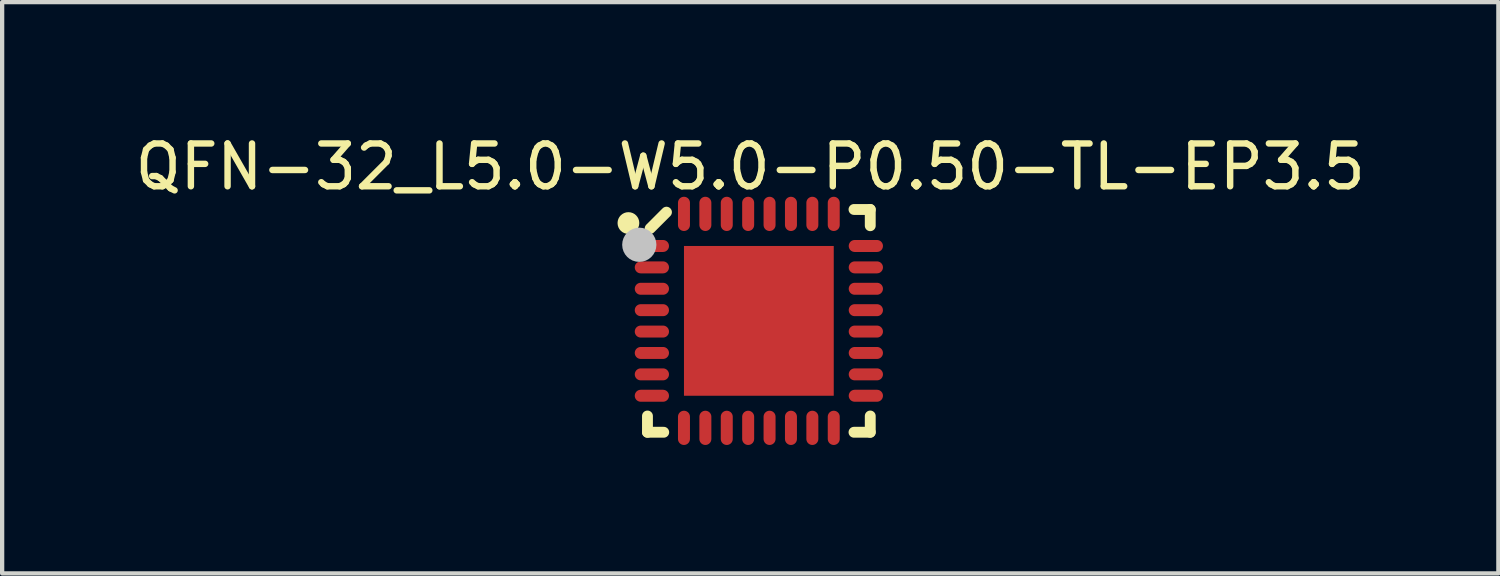
<source format=kicad_pcb>
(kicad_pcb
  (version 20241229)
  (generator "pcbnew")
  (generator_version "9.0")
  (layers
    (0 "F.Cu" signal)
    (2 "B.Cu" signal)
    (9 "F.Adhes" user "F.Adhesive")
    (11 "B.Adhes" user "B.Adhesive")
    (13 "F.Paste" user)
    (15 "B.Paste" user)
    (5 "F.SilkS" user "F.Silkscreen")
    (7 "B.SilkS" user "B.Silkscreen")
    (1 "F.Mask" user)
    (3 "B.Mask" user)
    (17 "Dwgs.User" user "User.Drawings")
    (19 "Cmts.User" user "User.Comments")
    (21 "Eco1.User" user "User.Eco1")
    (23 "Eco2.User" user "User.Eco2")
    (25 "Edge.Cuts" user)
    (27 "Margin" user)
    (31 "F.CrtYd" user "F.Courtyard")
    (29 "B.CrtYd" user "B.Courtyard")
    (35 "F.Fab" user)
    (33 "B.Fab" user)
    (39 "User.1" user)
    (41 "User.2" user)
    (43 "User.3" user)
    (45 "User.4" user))
  (footprint "QFN-32_L5.0-W5.0-P0.50-TL-EP3.5"
    (layer "F.Cu")
    (at 14.683 4.448)
    (property "Reference" "QFN-32_L5.0-W5.0-P0.50-TL-EP3.5" (at -0.201 -3.6 0) (layer "F.SilkS") (effects (font (size 1 1) (thickness 0.15))))
    (fp_line (start -2.603 2.223) (end -2.603 2.603) (stroke (width 0.254) (type default)) (layer "F.SilkS"))
    (fp_line (start -2.603 2.603) (end -2.223 2.603) (stroke (width 0.254) (type default)) (layer "F.SilkS"))
    (fp_line (start -2.159 -2.54) (end -2.54 -2.159) (stroke (width 0.254) (type default)) (layer "F.SilkS"))
    (fp_line (start 2.223 2.603) (end 2.603 2.603) (stroke (width 0.254) (type default)) (layer "F.SilkS"))
    (fp_line (start 2.603 -2.603) (end 2.223 -2.603) (stroke (width 0.254) (type default)) (layer "F.SilkS"))
    (fp_line (start 2.603 -2.223) (end 2.603 -2.603) (stroke (width 0.254) (type default)) (layer "F.SilkS"))
    (fp_line (start 2.603 2.603) (end 2.603 2.223) (stroke (width 0.254) (type default)) (layer "F.SilkS"))
    (fp_circle (center -3.048 -2.286) (end -2.921 -2.286) (stroke (width 0.254) (type default)) (fill no) (layer "F.SilkS"))
    (fp_poly (pts (xy -1.4 -1.4) (xy 1.4 -1.4) (xy 1.4 1.4) (xy -1.4 1.4)) (stroke (width 0) (type default)) (fill yes) (layer "F.Paste"))
    (fp_poly (pts (arc (start -2.76 -1.61) (mid -2.898014 -1.75) (end -2.76 -1.89)) (arc (start -2.24 -1.89) (mid -2.101986 -1.75) (end -2.24 -1.61))) (stroke (width 0) (type default)) (fill yes) (layer "F.Paste"))
    (fp_poly (pts (arc (start -2.76 -1.11) (mid -2.898014 -1.25) (end -2.76 -1.39)) (arc (start -2.24 -1.39) (mid -2.101986 -1.25) (end -2.24 -1.11))) (stroke (width 0) (type default)) (fill yes) (layer "F.Paste"))
    (fp_poly (pts (arc (start -2.76 -0.61) (mid -2.898014 -0.75) (end -2.76 -0.89)) (arc (start -2.24 -0.89) (mid -2.101986 -0.75) (end -2.24 -0.61))) (stroke (width 0) (type default)) (fill yes) (layer "F.Paste"))
    (fp_poly (pts (arc (start -2.76 -0.11) (mid -2.9 -0.25) (end -2.76 -0.39)) (arc (start -2.24 -0.39) (mid -2.1 -0.25) (end -2.24 -0.11))) (stroke (width 0) (type default)) (fill yes) (layer "F.Paste"))
    (fp_poly (pts (arc (start -2.76 0.39) (mid -2.9 0.25) (end -2.76 0.11)) (arc (start -2.24 0.11) (mid -2.1 0.25) (end -2.24 0.39))) (stroke (width 0) (type default)) (fill yes) (layer "F.Paste"))
    (fp_poly (pts (arc (start -2.76 0.89) (mid -2.9 0.75) (end -2.76 0.61)) (arc (start -2.24 0.61) (mid -2.1 0.75) (end -2.24 0.89))) (stroke (width 0) (type default)) (fill yes) (layer "F.Paste"))
    (fp_poly (pts (arc (start -2.76 1.39) (mid -2.9 1.25) (end -2.76 1.11)) (arc (start -2.24 1.11) (mid -2.1 1.25) (end -2.24 1.39))) (stroke (width 0) (type default)) (fill yes) (layer "F.Paste"))
    (fp_poly (pts (arc (start -2.76 1.89) (mid -2.898014 1.75) (end -2.76 1.61)) (arc (start -2.24 1.61) (mid -2.101986 1.75) (end -2.24 1.89))) (stroke (width 0) (type default)) (fill yes) (layer "F.Paste"))
    (fp_poly (pts (arc (start -1.89 -2.76) (mid -1.75 -2.9) (end -1.61 -2.76)) (arc (start -1.61 -2.24) (mid -1.75 -2.1) (end -1.89 -2.24))) (stroke (width 0) (type default)) (fill yes) (layer "F.Paste"))
    (fp_poly (pts (arc (start -1.89 2.24) (mid -1.75 2.1) (end -1.61 2.24)) (arc (start -1.61 2.76) (mid -1.75 2.9) (end -1.89 2.76))) (stroke (width 0) (type default)) (fill yes) (layer "F.Paste"))
    (fp_poly (pts (arc (start -1.39 -2.76) (mid -1.25 -2.9) (end -1.11 -2.76)) (arc (start -1.11 -2.24) (mid -1.25 -2.1) (end -1.39 -2.24))) (stroke (width 0) (type default)) (fill yes) (layer "F.Paste"))
    (fp_poly (pts (arc (start -1.39 2.24) (mid -1.25 2.1) (end -1.11 2.24)) (arc (start -1.11 2.76) (mid -1.25 2.9) (end -1.39 2.76))) (stroke (width 0) (type default)) (fill yes) (layer "F.Paste"))
    (fp_poly (pts (arc (start -0.89 -2.76) (mid -0.75 -2.9) (end -0.61 -2.76)) (arc (start -0.61 -2.24) (mid -0.75 -2.1) (end -0.89 -2.24))) (stroke (width 0) (type default)) (fill yes) (layer "F.Paste"))
    (fp_poly (pts (arc (start -0.89 2.24) (mid -0.75 2.1) (end -0.61 2.24)) (arc (start -0.61 2.76) (mid -0.75 2.9) (end -0.89 2.76))) (stroke (width 0) (type default)) (fill yes) (layer "F.Paste"))
    (fp_poly (pts (arc (start -0.39 -2.76) (mid -0.25 -2.9) (end -0.11 -2.76)) (arc (start -0.11 -2.24) (mid -0.25 -2.1) (end -0.39 -2.24))) (stroke (width 0) (type default)) (fill yes) (layer "F.Paste"))
    (fp_poly (pts (arc (start -0.39 2.24) (mid -0.25 2.1) (end -0.11 2.24)) (arc (start -0.11 2.76) (mid -0.25 2.9) (end -0.39 2.76))) (stroke (width 0) (type default)) (fill yes) (layer "F.Paste"))
    (fp_poly (pts (arc (start 0.11 -2.76) (mid 0.25 -2.9) (end 0.39 -2.76)) (arc (start 0.39 -2.24) (mid 0.25 -2.1) (end 0.11 -2.24))) (stroke (width 0) (type default)) (fill yes) (layer "F.Paste"))
    (fp_poly (pts (arc (start 0.11 2.24) (mid 0.25 2.1) (end 0.39 2.24)) (arc (start 0.39 2.76) (mid 0.25 2.9) (end 0.11 2.76))) (stroke (width 0) (type default)) (fill yes) (layer "F.Paste"))
    (fp_poly (pts (arc (start 0.61 -2.76) (mid 0.75 -2.9) (end 0.89 -2.76)) (arc (start 0.89 -2.24) (mid 0.75 -2.1) (end 0.61 -2.24))) (stroke (width 0) (type default)) (fill yes) (layer "F.Paste"))
    (fp_poly (pts (arc (start 0.61 2.24) (mid 0.75 2.1) (end 0.89 2.24)) (arc (start 0.89 2.76) (mid 0.75 2.9) (end 0.61 2.76))) (stroke (width 0) (type default)) (fill yes) (layer "F.Paste"))
    (fp_poly (pts (arc (start 1.11 -2.76) (mid 1.25 -2.9) (end 1.39 -2.76)) (arc (start 1.39 -2.24) (mid 1.25 -2.1) (end 1.11 -2.24))) (stroke (width 0) (type default)) (fill yes) (layer "F.Paste"))
    (fp_poly (pts (arc (start 1.11 2.24) (mid 1.25 2.1) (end 1.39 2.24)) (arc (start 1.39 2.76) (mid 1.25 2.9) (end 1.11 2.76))) (stroke (width 0) (type default)) (fill yes) (layer "F.Paste"))
    (fp_poly (pts (arc (start 1.61 -2.76) (mid 1.75 -2.9) (end 1.89 -2.76)) (arc (start 1.89 -2.24) (mid 1.75 -2.1) (end 1.61 -2.24))) (stroke (width 0) (type default)) (fill yes) (layer "F.Paste"))
    (fp_poly (pts (arc (start 1.61 2.24) (mid 1.75 2.1) (end 1.89 2.24)) (arc (start 1.89 2.76) (mid 1.75 2.9) (end 1.61 2.76))) (stroke (width 0) (type default)) (fill yes) (layer "F.Paste"))
    (fp_poly (pts (arc (start 2.24 -1.61) (mid 2.101986 -1.75) (end 2.24 -1.89)) (arc (start 2.76 -1.89) (mid 2.898014 -1.75) (end 2.76 -1.61))) (stroke (width 0) (type default)) (fill yes) (layer "F.Paste"))
    (fp_poly (pts (arc (start 2.24 -1.11) (mid 2.101986 -1.25) (end 2.24 -1.39)) (arc (start 2.76 -1.39) (mid 2.898014 -1.25) (end 2.76 -1.11))) (stroke (width 0) (type default)) (fill yes) (layer "F.Paste"))
    (fp_poly (pts (arc (start 2.24 -0.61) (mid 2.101986 -0.75) (end 2.24 -0.89)) (arc (start 2.76 -0.89) (mid 2.898014 -0.75) (end 2.76 -0.61))) (stroke (width 0) (type default)) (fill yes) (layer "F.Paste"))
    (fp_poly (pts (arc (start 2.24 -0.11) (mid 2.1 -0.25) (end 2.24 -0.39)) (arc (start 2.76 -0.39) (mid 2.9 -0.25) (end 2.76 -0.11))) (stroke (width 0) (type default)) (fill yes) (layer "F.Paste"))
    (fp_poly (pts (arc (start 2.24 0.39) (mid 2.1 0.25) (end 2.24 0.11)) (arc (start 2.76 0.11) (mid 2.9 0.25) (end 2.76 0.39))) (stroke (width 0) (type default)) (fill yes) (layer "F.Paste"))
    (fp_poly (pts (arc (start 2.24 0.89) (mid 2.1 0.75) (end 2.24 0.61)) (arc (start 2.76 0.61) (mid 2.9 0.75) (end 2.76 0.89))) (stroke (width 0) (type default)) (fill yes) (layer "F.Paste"))
    (fp_poly (pts (arc (start 2.24 1.39) (mid 2.1 1.25) (end 2.24 1.11)) (arc (start 2.76 1.11) (mid 2.9 1.25) (end 2.76 1.39))) (stroke (width 0) (type default)) (fill yes) (layer "F.Paste"))
    (fp_poly (pts (arc (start 2.24 1.89) (mid 2.101986 1.75) (end 2.24 1.61)) (arc (start 2.76 1.61) (mid 2.898014 1.75) (end 2.76 1.89))) (stroke (width 0) (type default)) (fill yes) (layer "F.Paste"))
    (fp_circle (center -2.794 -1.778) (end -2.594 -1.778) (stroke (width 0.4) (type default)) (fill no) (layer "Dwgs.User"))
    (fp_poly (pts (xy -2.5 -1.625) (xy -2.5 -1.875) (xy -2.1 -1.875) (xy -2.1 -1.625)) (stroke (width 0.1) (type default)) (fill no) (layer "User.1"))
    (fp_poly (pts (xy -2.5 -1.125) (xy -2.5 -1.375) (xy -2.1 -1.375) (xy -2.1 -1.125)) (stroke (width 0.1) (type default)) (fill no) (layer "User.1"))
    (fp_poly (pts (xy -2.5 -0.625) (xy -2.5 -0.875) (xy -2.1 -0.875) (xy -2.1 -0.625)) (stroke (width 0.1) (type default)) (fill no) (layer "User.1"))
    (fp_poly (pts (xy -2.5 -0.125) (xy -2.5 -0.375) (xy -2.1 -0.375) (xy -2.1 -0.125)) (stroke (width 0.1) (type default)) (fill no) (layer "User.1"))
    (fp_poly (pts (xy -2.5 0.375) (xy -2.5 0.125) (xy -2.1 0.125) (xy -2.1 0.375)) (stroke (width 0.1) (type default)) (fill no) (layer "User.1"))
    (fp_poly (pts (xy -2.5 0.875) (xy -2.5 0.625) (xy -2.1 0.625) (xy -2.1 0.875)) (stroke (width 0.1) (type default)) (fill no) (layer "User.1"))
    (fp_poly (pts (xy -2.5 1.375) (xy -2.5 1.125) (xy -2.1 1.125) (xy -2.1 1.375)) (stroke (width 0.1) (type default)) (fill no) (layer "User.1"))
    (fp_poly (pts (xy -2.5 1.875) (xy -2.5 1.625) (xy -2.1 1.625) (xy -2.1 1.875)) (stroke (width 0.1) (type default)) (fill no) (layer "User.1"))
    (fp_poly (pts (xy -1.875 -2.1) (xy -1.875 -2.5) (xy -1.625 -2.5) (xy -1.625 -2.1)) (stroke (width 0.1) (type default)) (fill no) (layer "User.1"))
    (fp_poly (pts (xy -1.875 2.5) (xy -1.875 2.1) (xy -1.625 2.1) (xy -1.625 2.5)) (stroke (width 0.1) (type default)) (fill no) (layer "User.1"))
    (fp_poly (pts (xy -1.75 -1.75) (xy 1.75 -1.75) (xy 1.75 1.75) (xy -1.75 1.75)) (stroke (width 0.1) (type default)) (fill no) (layer "User.1"))
    (fp_poly (pts (xy -1.375 -2.1) (xy -1.375 -2.5) (xy -1.125 -2.5) (xy -1.125 -2.1)) (stroke (width 0.1) (type default)) (fill no) (layer "User.1"))
    (fp_poly (pts (xy -1.375 2.5) (xy -1.375 2.1) (xy -1.125 2.1) (xy -1.125 2.5)) (stroke (width 0.1) (type default)) (fill no) (layer "User.1"))
    (fp_poly (pts (xy -0.875 -2.1) (xy -0.875 -2.5) (xy -0.625 -2.5) (xy -0.625 -2.1)) (stroke (width 0.1) (type default)) (fill no) (layer "User.1"))
    (fp_poly (pts (xy -0.875 2.5) (xy -0.875 2.1) (xy -0.625 2.1) (xy -0.625 2.5)) (stroke (width 0.1) (type default)) (fill no) (layer "User.1"))
    (fp_poly (pts (xy -0.375 -2.1) (xy -0.375 -2.5) (xy -0.125 -2.5) (xy -0.125 -2.1)) (stroke (width 0.1) (type default)) (fill no) (layer "User.1"))
    (fp_poly (pts (xy -0.375 2.5) (xy -0.375 2.1) (xy -0.125 2.1) (xy -0.125 2.5)) (stroke (width 0.1) (type default)) (fill no) (layer "User.1"))
    (fp_poly (pts (xy 0.125 -2.1) (xy 0.125 -2.5) (xy 0.375 -2.5) (xy 0.375 -2.1)) (stroke (width 0.1) (type default)) (fill no) (layer "User.1"))
    (fp_poly (pts (xy 0.125 2.5) (xy 0.125 2.1) (xy 0.375 2.1) (xy 0.375 2.5)) (stroke (width 0.1) (type default)) (fill no) (layer "User.1"))
    (fp_poly (pts (xy 0.625 -2.1) (xy 0.625 -2.5) (xy 0.875 -2.5) (xy 0.875 -2.1)) (stroke (width 0.1) (type default)) (fill no) (layer "User.1"))
    (fp_poly (pts (xy 0.625 2.5) (xy 0.625 2.1) (xy 0.875 2.1) (xy 0.875 2.5)) (stroke (width 0.1) (type default)) (fill no) (layer "User.1"))
    (fp_poly (pts (xy 1.125 -2.1) (xy 1.125 -2.5) (xy 1.375 -2.5) (xy 1.375 -2.1)) (stroke (width 0.1) (type default)) (fill no) (layer "User.1"))
    (fp_poly (pts (xy 1.125 2.5) (xy 1.125 2.1) (xy 1.375 2.1) (xy 1.375 2.5)) (stroke (width 0.1) (type default)) (fill no) (layer "User.1"))
    (fp_poly (pts (xy 1.625 -2.1) (xy 1.625 -2.5) (xy 1.875 -2.5) (xy 1.875 -2.1)) (stroke (width 0.1) (type default)) (fill no) (layer "User.1"))
    (fp_poly (pts (xy 1.625 2.5) (xy 1.625 2.1) (xy 1.875 2.1) (xy 1.875 2.5)) (stroke (width 0.1) (type default)) (fill no) (layer "User.1"))
    (fp_poly (pts (xy 2.1 -1.625) (xy 2.1 -1.875) (xy 2.5 -1.875) (xy 2.5 -1.625)) (stroke (width 0.1) (type default)) (fill no) (layer "User.1"))
    (fp_poly (pts (xy 2.1 -1.125) (xy 2.1 -1.375) (xy 2.5 -1.375) (xy 2.5 -1.125)) (stroke (width 0.1) (type default)) (fill no) (layer "User.1"))
    (fp_poly (pts (xy 2.1 -0.625) (xy 2.1 -0.875) (xy 2.5 -0.875) (xy 2.5 -0.625)) (stroke (width 0.1) (type default)) (fill no) (layer "User.1"))
    (fp_poly (pts (xy 2.1 -0.125) (xy 2.1 -0.375) (xy 2.5 -0.375) (xy 2.5 -0.125)) (stroke (width 0.1) (type default)) (fill no) (layer "User.1"))
    (fp_poly (pts (xy 2.1 0.375) (xy 2.1 0.125) (xy 2.5 0.125) (xy 2.5 0.375)) (stroke (width 0.1) (type default)) (fill no) (layer "User.1"))
    (fp_poly (pts (xy 2.1 0.875) (xy 2.1 0.625) (xy 2.5 0.625) (xy 2.5 0.875)) (stroke (width 0.1) (type default)) (fill no) (layer "User.1"))
    (fp_poly (pts (xy 2.1 1.375) (xy 2.1 1.125) (xy 2.5 1.125) (xy 2.5 1.375)) (stroke (width 0.1) (type default)) (fill no) (layer "User.1"))
    (fp_poly (pts (xy 2.1 1.875) (xy 2.1 1.625) (xy 2.5 1.625) (xy 2.5 1.875)) (stroke (width 0.1) (type default)) (fill no) (layer "User.1"))
    (fp_line (start -2.5 -2.5) (end 2.5 -2.5) (stroke (width 0.051) (type default)) (layer "User.2"))
    (fp_line (start -2.5 2.5) (end -2.5 -2.5) (stroke (width 0.051) (type default)) (layer "User.2"))
    (fp_line (start 2.5 -2.5) (end 2.5 2.5) (stroke (width 0.051) (type default)) (layer "User.2"))
    (fp_line (start 2.5 2.5) (end -2.5 2.5) (stroke (width 0.051) (type default)) (layer "User.2"))
    (fp_poly (pts (xy -2.4 -2.5) (xy -2.419 -2.559) (xy -2.469 -2.595) (xy -2.531 -2.595) (xy -2.581 -2.559) (xy -2.6 -2.5) (xy -2.581 -2.441) (xy -2.531 -2.405) (xy -2.469 -2.405) (xy -2.419 -2.441)) (stroke (width 0.1) (type default)) (fill no) (layer "User.3"))
    (pad "1" smd oval (at -2.5 -1.75) (size 0.8 0.28) (layers "F.Cu" "F.Mask" "F.Paste"))
    (pad "2" smd oval (at -2.5 -1.25) (size 0.8 0.28) (layers "F.Cu" "F.Mask" "F.Paste"))
    (pad "3" smd oval (at -2.5 -0.75) (size 0.8 0.28) (layers "F.Cu" "F.Mask" "F.Paste"))
    (pad "4" smd oval (at -2.5 -0.25) (size 0.8 0.28) (layers "F.Cu" "F.Mask" "F.Paste"))
    (pad "5" smd oval (at -2.5 0.25) (size 0.8 0.28) (layers "F.Cu" "F.Mask" "F.Paste"))
    (pad "6" smd oval (at -2.5 0.75) (size 0.8 0.28) (layers "F.Cu" "F.Mask" "F.Paste"))
    (pad "7" smd oval (at -2.5 1.25) (size 0.8 0.28) (layers "F.Cu" "F.Mask" "F.Paste"))
    (pad "8" smd oval (at -2.5 1.75) (size 0.8 0.28) (layers "F.Cu" "F.Mask" "F.Paste"))
    (pad "9" smd oval (at -1.75 2.5) (size 0.28 0.8) (layers "F.Cu" "F.Mask" "F.Paste"))
    (pad "10" smd oval (at -1.25 2.5) (size 0.28 0.8) (layers "F.Cu" "F.Mask" "F.Paste"))
    (pad "11" smd oval (at -0.75 2.5) (size 0.28 0.8) (layers "F.Cu" "F.Mask" "F.Paste"))
    (pad "12" smd oval (at -0.25 2.5) (size 0.28 0.8) (layers "F.Cu" "F.Mask" "F.Paste"))
    (pad "13" smd oval (at 0.25 2.5) (size 0.28 0.8) (layers "F.Cu" "F.Mask" "F.Paste"))
    (pad "14" smd oval (at 0.75 2.5) (size 0.28 0.8) (layers "F.Cu" "F.Mask" "F.Paste"))
    (pad "15" smd oval (at 1.25 2.5) (size 0.28 0.8) (layers "F.Cu" "F.Mask" "F.Paste"))
    (pad "16" smd oval (at 1.75 2.5) (size 0.28 0.8) (layers "F.Cu" "F.Mask" "F.Paste"))
    (pad "17" smd oval (at 2.5 1.75) (size 0.8 0.28) (layers "F.Cu" "F.Mask" "F.Paste"))
    (pad "18" smd oval (at 2.5 1.25) (size 0.8 0.28) (layers "F.Cu" "F.Mask" "F.Paste"))
    (pad "19" smd oval (at 2.5 0.75) (size 0.8 0.28) (layers "F.Cu" "F.Mask" "F.Paste"))
    (pad "20" smd oval (at 2.5 0.25) (size 0.8 0.28) (layers "F.Cu" "F.Mask" "F.Paste"))
    (pad "21" smd oval (at 2.5 -0.25) (size 0.8 0.28) (layers "F.Cu" "F.Mask" "F.Paste"))
    (pad "22" smd oval (at 2.5 -0.75) (size 0.8 0.28) (layers "F.Cu" "F.Mask" "F.Paste"))
    (pad "23" smd oval (at 2.5 -1.25) (size 0.8 0.28) (layers "F.Cu" "F.Mask" "F.Paste"))
    (pad "24" smd oval (at 2.5 -1.75) (size 0.8 0.28) (layers "F.Cu" "F.Mask" "F.Paste"))
    (pad "25" smd oval (at 1.75 -2.5) (size 0.28 0.8) (layers "F.Cu" "F.Mask" "F.Paste"))
    (pad "26" smd oval (at 1.25 -2.5) (size 0.28 0.8) (layers "F.Cu" "F.Mask" "F.Paste"))
    (pad "27" smd oval (at 0.75 -2.5) (size 0.28 0.8) (layers "F.Cu" "F.Mask" "F.Paste"))
    (pad "28" smd oval (at 0.25 -2.5) (size 0.28 0.8) (layers "F.Cu" "F.Mask" "F.Paste"))
    (pad "29" smd oval (at -0.25 -2.5) (size 0.28 0.8) (layers "F.Cu" "F.Mask" "F.Paste"))
    (pad "30" smd oval (at -0.75 -2.5) (size 0.28 0.8) (layers "F.Cu" "F.Mask" "F.Paste"))
    (pad "31" smd oval (at -1.25 -2.5) (size 0.28 0.8) (layers "F.Cu" "F.Mask" "F.Paste"))
    (pad "32" smd oval (at -1.75 -2.5) (size 0.28 0.8) (layers "F.Cu" "F.Mask" "F.Paste"))
    (pad "33" smd rect (at 0 0) (size 3.5 3.5) (layers "F.Cu" "F.Mask" "F.Paste")))
  (gr_rect
    (start -3 -3)
    (end 31.964 10.349)
    (stroke (width 0.1) (type default))
    (fill no)
    (layer "Edge.Cuts")))
</source>
